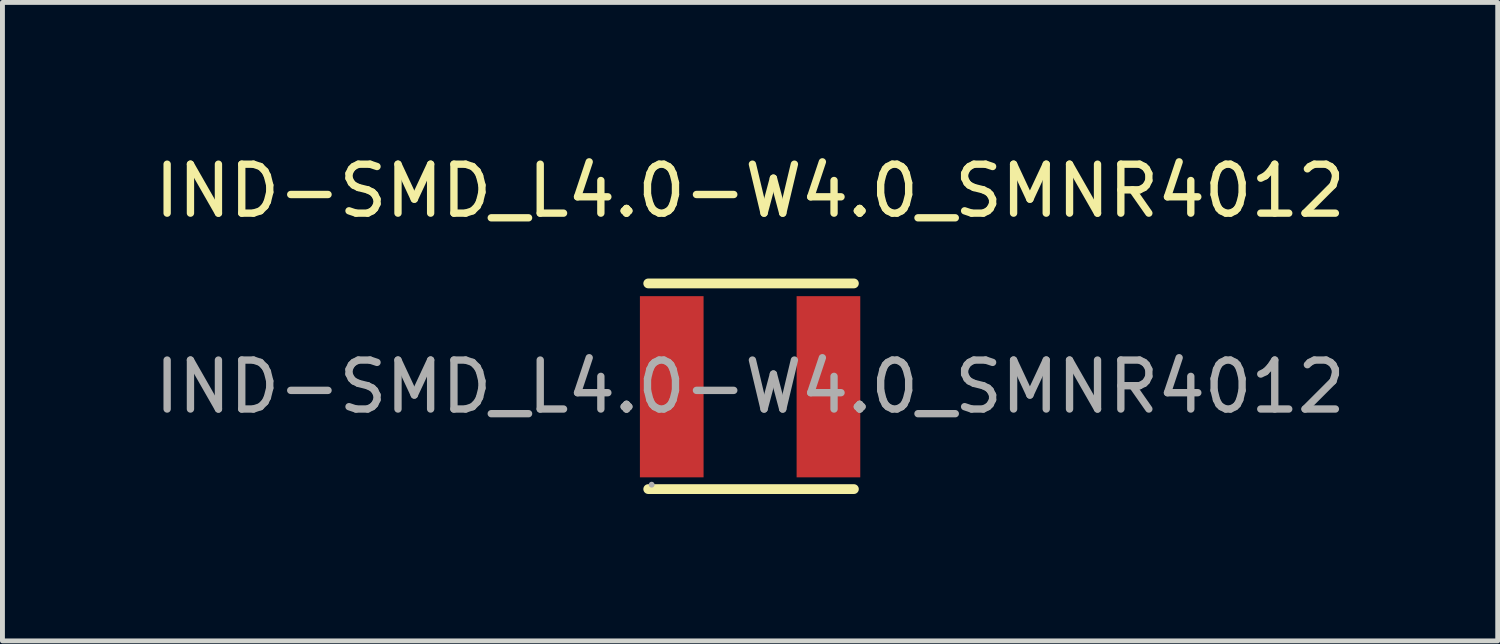
<source format=kicad_pcb>
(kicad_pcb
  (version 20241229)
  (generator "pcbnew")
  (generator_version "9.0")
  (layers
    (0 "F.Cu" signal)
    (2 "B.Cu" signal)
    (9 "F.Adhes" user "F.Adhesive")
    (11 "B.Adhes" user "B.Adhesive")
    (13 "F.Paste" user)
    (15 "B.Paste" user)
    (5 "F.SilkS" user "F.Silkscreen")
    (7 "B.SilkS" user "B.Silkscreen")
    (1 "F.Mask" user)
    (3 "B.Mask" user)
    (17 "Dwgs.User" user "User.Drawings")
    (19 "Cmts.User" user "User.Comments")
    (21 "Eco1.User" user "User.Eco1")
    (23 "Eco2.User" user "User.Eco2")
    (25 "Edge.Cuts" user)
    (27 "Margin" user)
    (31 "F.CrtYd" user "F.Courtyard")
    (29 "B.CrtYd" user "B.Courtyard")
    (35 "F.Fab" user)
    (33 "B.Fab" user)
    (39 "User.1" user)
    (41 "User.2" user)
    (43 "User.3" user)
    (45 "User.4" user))
  (footprint "IND-SMD_L4.0-W4.0_SMNR4012"
    (layer "F.Cu")
    (at 12.268 4.848)
    (property "Reference" "IND-SMD_L4.0-W4.0_SMNR4012" (at 0 -4 0) (layer "F.SilkS") (effects (font (size 1 1) (thickness 0.15))))
    (attr smd)
    (fp_line (start -2.08 -2.11) (end 2.12 -2.11) (stroke (width 0.2) (type solid)) (layer "F.SilkS"))
    (fp_line (start -2.08 2.09) (end 2.12 2.09) (stroke (width 0.2) (type solid)) (layer "F.SilkS"))
    (fp_circle (center -2.01 2) (end -1.98 2) (stroke (width 0.06) (type solid)) (fill no) (layer "F.Fab"))
    (fp_text user "${REFERENCE}" (at 0 0 0) (layer "F.Fab") (effects (font (size 1 1) (thickness 0.15))))
    (pad "1" smd rect (at -1.6 0 90) (size 3.7 1.3) (layers "F.Cu" "F.Mask" "F.Paste"))
    (pad "2" smd rect (at 1.6 0 90) (size 3.7 1.3) (layers "F.Cu" "F.Mask" "F.Paste")))
  (gr_rect
    (start -3 -3)
    (end 27.536 10.038)
    (stroke (width 0.1) (type default))
    (fill no)
    (layer "Edge.Cuts")))
</source>
